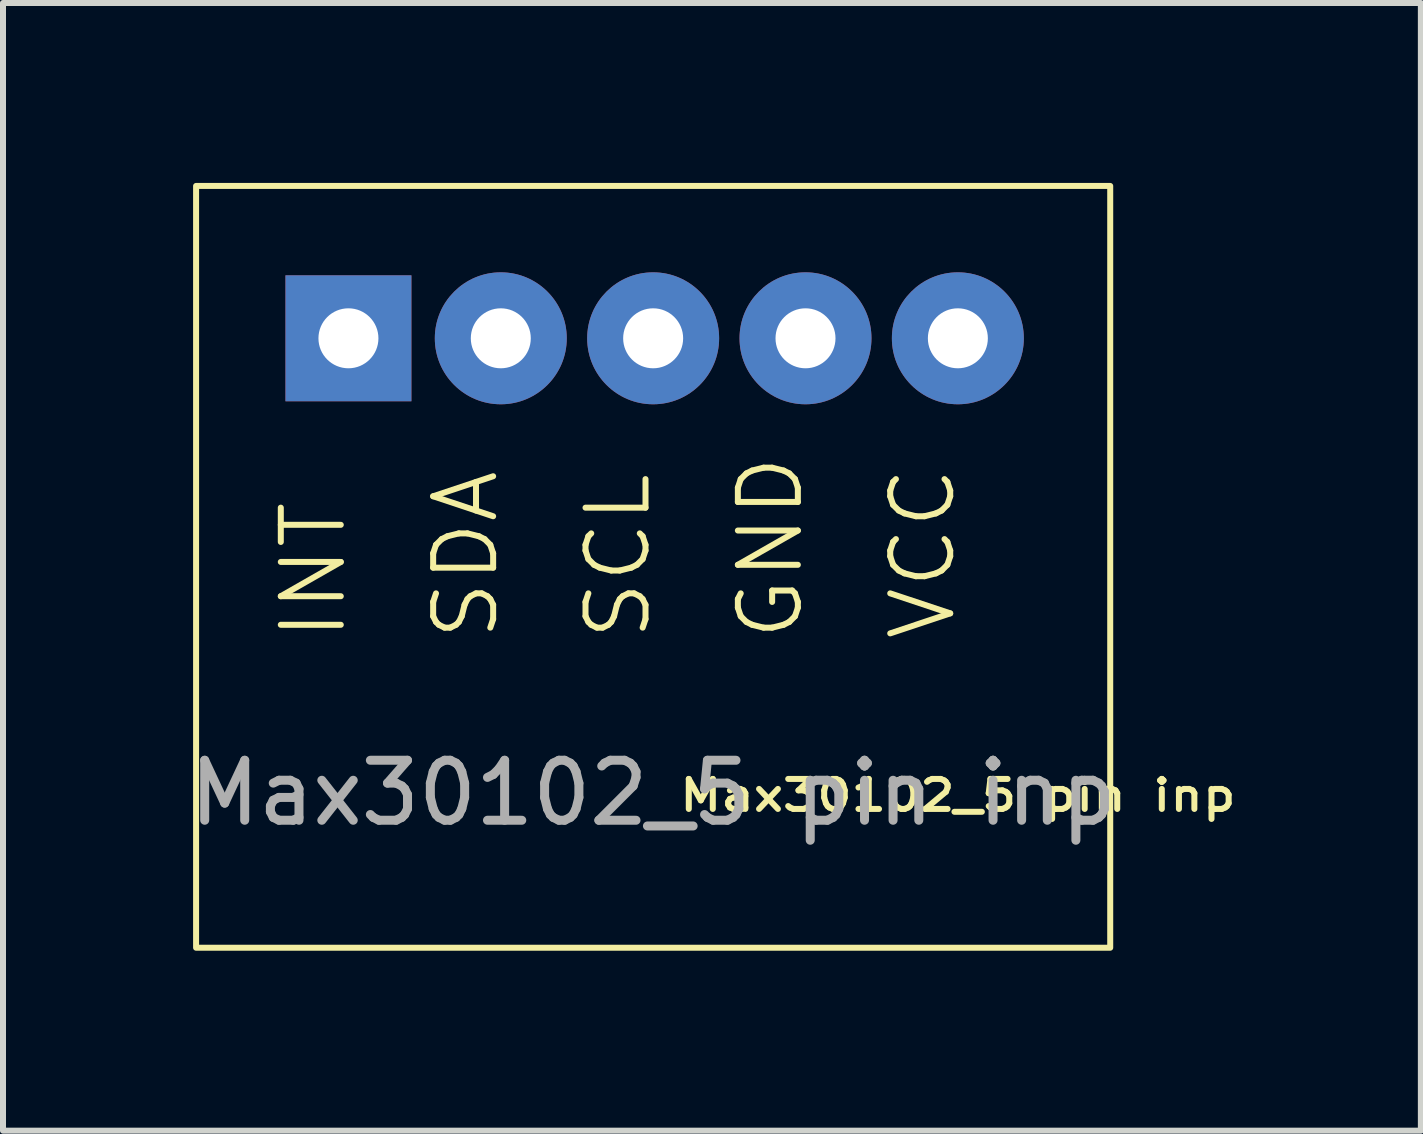
<source format=kicad_pcb>
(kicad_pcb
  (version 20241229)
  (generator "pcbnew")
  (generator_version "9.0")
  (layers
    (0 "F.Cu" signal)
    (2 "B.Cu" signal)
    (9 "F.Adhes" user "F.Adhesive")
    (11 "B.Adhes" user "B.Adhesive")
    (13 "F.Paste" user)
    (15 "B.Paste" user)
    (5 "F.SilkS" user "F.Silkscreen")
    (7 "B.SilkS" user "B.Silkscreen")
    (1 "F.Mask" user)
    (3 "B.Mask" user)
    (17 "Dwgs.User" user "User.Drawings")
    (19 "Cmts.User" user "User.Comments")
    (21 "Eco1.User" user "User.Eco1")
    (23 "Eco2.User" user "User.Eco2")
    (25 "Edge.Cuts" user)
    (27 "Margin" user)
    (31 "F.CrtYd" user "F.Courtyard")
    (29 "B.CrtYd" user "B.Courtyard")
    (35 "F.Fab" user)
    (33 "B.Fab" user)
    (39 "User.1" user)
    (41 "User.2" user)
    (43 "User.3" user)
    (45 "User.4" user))
  (footprint "Max30102_5 pin inp"
    (layer "F.Cu")
    (at 7.839 7.67)
    (property "Reference" "Max30102_5 pin inp" (at 5.08 2.54 0) (unlocked yes) (layer "F.SilkS") (effects (font (size 0.5 0.6) (thickness 0.1))))
    (attr through_hole)
    (fp_rect (start -7.62 -7.62) (end 7.62 5.08) (stroke (width 0.1) (type default)) (fill no) (layer "F.SilkS"))
    (fp_text user "GND" (at 2.54 0 90) (unlocked yes) (layer "F.SilkS") (effects (font (size 1 1) (thickness 0.1)) (justify left bottom)))
    (fp_text user "INT" (at -5.08 0 90) (unlocked yes) (layer "F.SilkS") (effects (font (size 1 1) (thickness 0.1)) (justify left bottom)))
    (fp_text user "VCC" (at 5.08 0 90) (unlocked yes) (layer "F.SilkS") (effects (font (size 1 1) (thickness 0.1)) (justify left bottom)))
    (fp_text user "SCL" (at 0 0 90) (unlocked yes) (layer "F.SilkS") (effects (font (size 1 1) (thickness 0.1)) (justify left bottom)))
    (fp_text user "SDA" (at -2.54 0 90) (unlocked yes) (layer "F.SilkS") (effects (font (size 1 1) (thickness 0.1)) (justify left bottom)))
    (fp_text user "${REFERENCE}" (at 0 2.5 0) (unlocked yes) (layer "F.Fab") (effects (font (size 1 1) (thickness 0.15))))
    (pad "1" thru_hole rect (at -5.08 -5.08) (size 2.1 2.1) (drill 1) (layers "*.Cu" "*.Mask"))
    (pad "2" thru_hole circle (at -2.54 -5.08) (size 2.2 2.2) (drill 1) (layers "*.Cu" "*.Mask"))
    (pad "3" thru_hole circle (at 0 -5.08) (size 2.2 2.2) (drill 1) (layers "*.Cu" "*.Mask"))
    (pad "4" thru_hole circle (at 2.54 -5.08) (size 2.2 2.2) (drill 1) (layers "*.Cu" "*.Mask"))
    (pad "5" thru_hole circle (at 5.08 -5.08) (size 2.2 2.2) (drill 1) (layers "*.Cu" "*.Mask")))
  (gr_rect
    (start -3 -3)
    (end 20.638 15.8)
    (stroke (width 0.1) (type default))
    (fill no)
    (layer "Edge.Cuts")))
</source>
